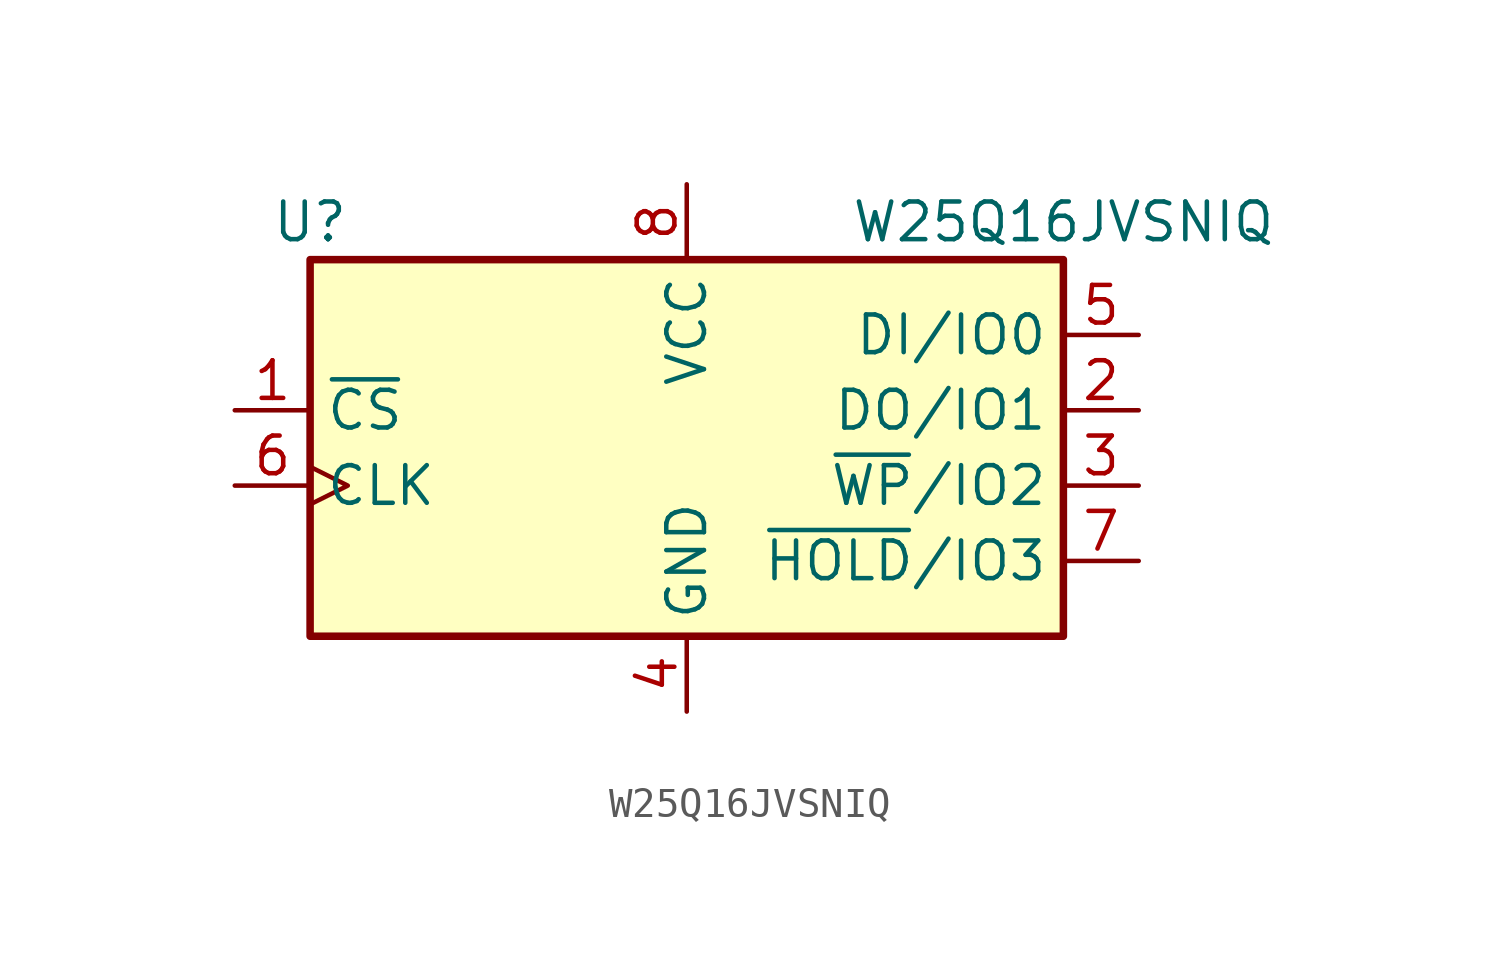
<source format=kicad_sym>
(kicad_symbol_lib
  (version 20211014)
  (generator kicad_symbol_editor)
  (symbol "W25Q16JVSNIQ"
    (property "Reference" "U"
      (at -12.7 7.62 0)
      (effects (font (size 1.27 1.27))))
    (property "Value" "W25Q16JVSNIQ"
      (at 12.7 7.62 0)
      (effects (font (size 1.27 1.27))))
    (symbol "W25Q16JVSNIQ_0_1"
      (rectangle (start -12.7 6.35) (end 12.7 -6.35) (stroke (width 0.254) (type default) (color 0 0 0 0)) (fill (type background))))
    (symbol "W25Q16JVSNIQ_1_1"
      (pin input line (at -15.24 1.27 0) (length 2.54) (name "~{CS}" (effects (font (size 1.27 1.27)))) (number "1" (effects (font (size 1.27 1.27)))))
      (pin bidirectional line (at 15.24 1.27 180) (length 2.54) (name "DO/IO1" (effects (font (size 1.27 1.27)))) (number "2" (effects (font (size 1.27 1.27)))))
      (pin bidirectional line (at 15.24 -1.27 180) (length 2.54) (name "~{WP}/IO2" (effects (font (size 1.27 1.27)))) (number "3" (effects (font (size 1.27 1.27)))))
      (pin power_in line (at 0 -8.89 90) (length 2.54) (name "GND" (effects (font (size 1.27 1.27)))) (number "4" (effects (font (size 1.27 1.27)))))
      (pin bidirectional line (at 15.24 3.81 180) (length 2.54) (name "DI/IO0" (effects (font (size 1.27 1.27)))) (number "5" (effects (font (size 1.27 1.27)))))
      (pin input clock (at -15.24 -1.27 0) (length 2.54) (name "CLK" (effects (font (size 1.27 1.27)))) (number "6" (effects (font (size 1.27 1.27)))))
      (pin bidirectional line (at 15.24 -3.81 180) (length 2.54) (name "~{HOLD}/IO3" (effects (font (size 1.27 1.27)))) (number "7" (effects (font (size 1.27 1.27)))))
      (pin power_in line (at 0 8.89 270) (length 2.54) (name "VCC" (effects (font (size 1.27 1.27)))) (number "8" (effects (font (size 1.27 1.27))))))))
</source>
